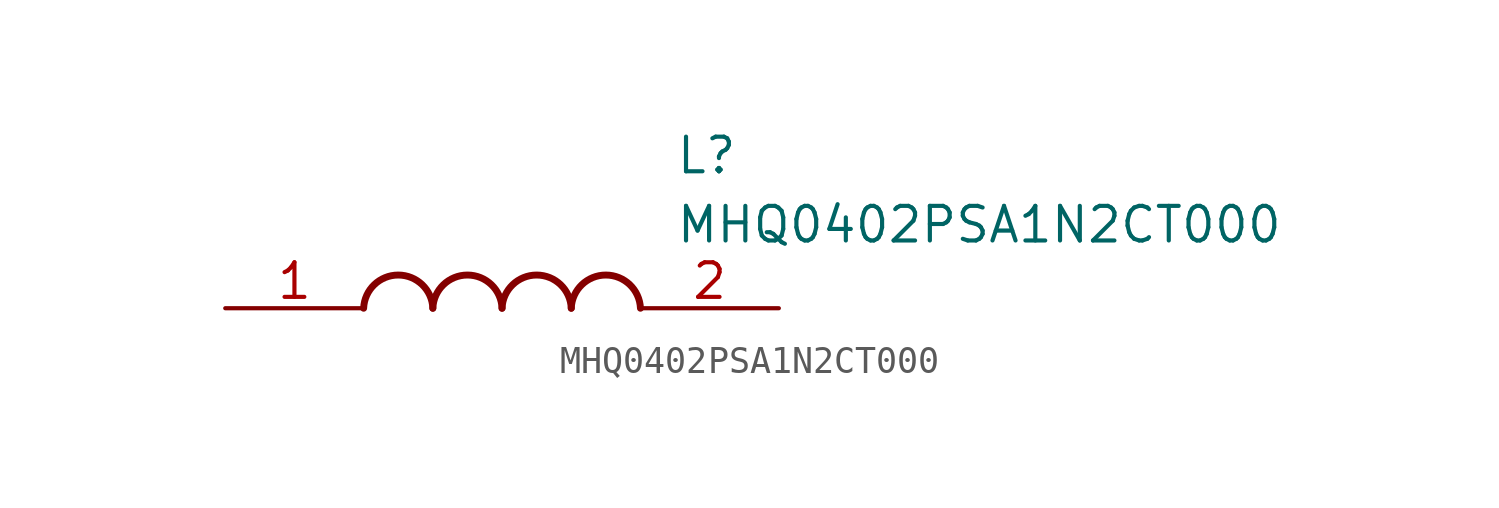
<source format=kicad_sym>
(kicad_symbol_lib
  (version 20211014)
  (generator SamacSys_ECAD_Model)
  (symbol "MHQ0402PSA1N2CT000"
    (pin_names hide)
    (property "Reference" "L"
      (at 16.51 6.35 0)
      (effects (font (size 1.27 1.27)) (justify left top)))
    (property "Value" "MHQ0402PSA1N2CT000"
      (at 16.51 3.81 0)
      (effects (font (size 1.27 1.27)) (justify left top)))
    (arc
      (start 7.62 0)
      (mid 6.35 1.219)
      (end 5.08 0)
      (stroke (width 0.254) (type default))
      (fill (type none)))
    (arc
      (start 10.16 0)
      (mid 8.89 1.219)
      (end 7.62 0)
      (stroke (width 0.254) (type default))
      (fill (type none)))
    (arc
      (start 12.7 0)
      (mid 11.43 1.219)
      (end 10.16 0)
      (stroke (width 0.254) (type default))
      (fill (type none)))
    (arc
      (start 15.24 0)
      (mid 13.97 1.219)
      (end 12.7 0)
      (stroke (width 0.254) (type default))
      (fill (type none)))
    (pin passive line
      (at 0 0 0)
      (length 5.08)
      (name "1" (effects (font (size 1.27 1.27))))
      (number "1" (effects (font (size 1.27 1.27)))))
    (pin passive line
      (at 20.32 0 180)
      (length 5.08)
      (name "2" (effects (font (size 1.27 1.27))))
      (number "2" (effects (font (size 1.27 1.27)))))))
</source>
